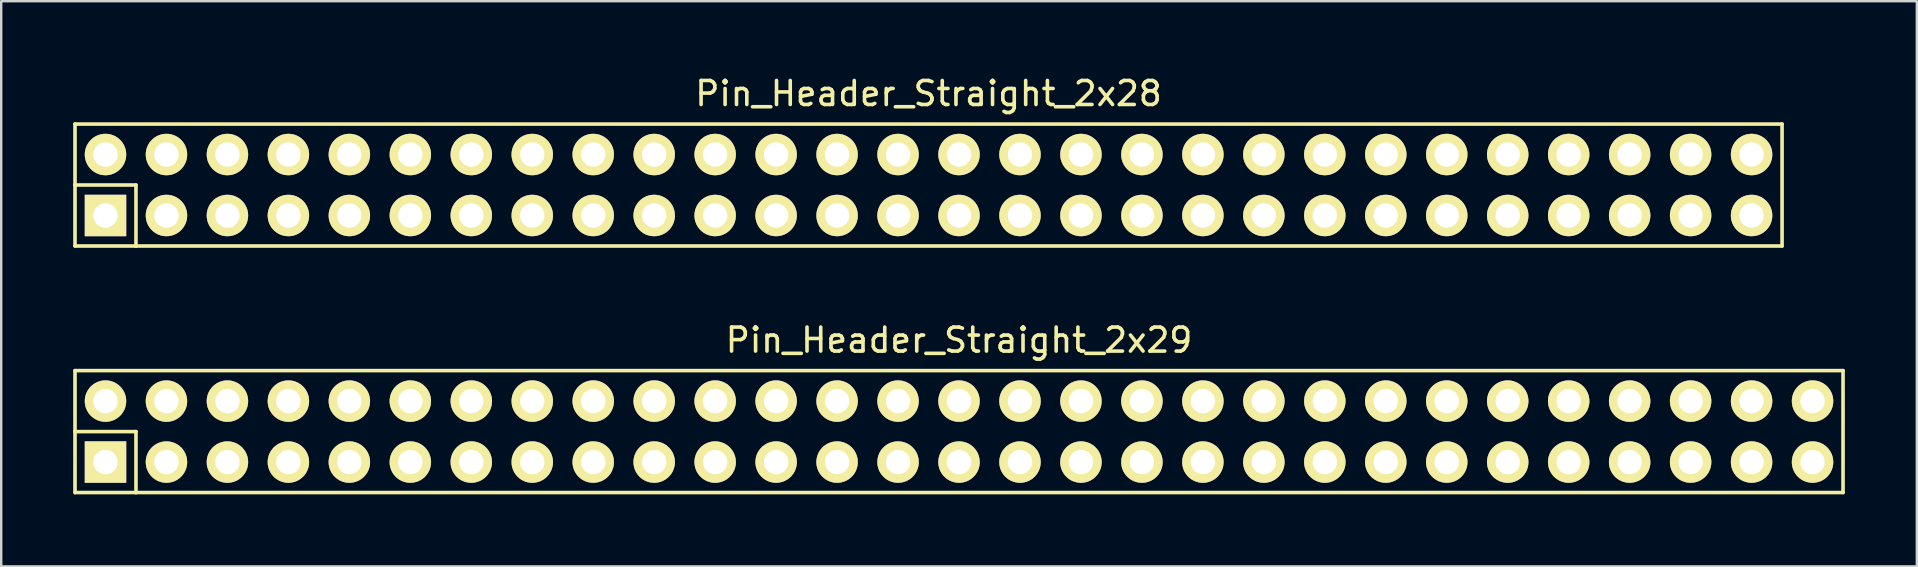
<source format=kicad_pcb>
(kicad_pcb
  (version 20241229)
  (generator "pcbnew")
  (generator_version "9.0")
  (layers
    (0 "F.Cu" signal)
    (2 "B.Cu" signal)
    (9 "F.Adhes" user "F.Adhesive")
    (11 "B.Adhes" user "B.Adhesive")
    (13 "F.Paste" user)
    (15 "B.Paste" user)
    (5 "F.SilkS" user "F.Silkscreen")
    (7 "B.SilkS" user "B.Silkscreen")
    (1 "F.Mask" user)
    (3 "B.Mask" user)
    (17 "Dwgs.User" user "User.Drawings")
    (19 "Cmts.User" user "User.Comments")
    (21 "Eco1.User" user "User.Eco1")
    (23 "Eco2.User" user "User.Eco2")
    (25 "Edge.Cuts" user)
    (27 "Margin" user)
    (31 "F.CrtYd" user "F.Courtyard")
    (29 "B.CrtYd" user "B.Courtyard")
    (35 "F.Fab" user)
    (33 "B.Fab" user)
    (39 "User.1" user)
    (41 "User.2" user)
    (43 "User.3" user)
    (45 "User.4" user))
  (footprint "Pin_Header_Straight_2x29"
    (layer "F.Cu")
    (at 36.905 14.931)
    (property "Reference" "Pin_Header_Straight_2x29" (at 0 -3.81 0) (layer "F.SilkS") (effects (font (size 1 1) (thickness 0.15))))
    (attr through_hole)
    (fp_line (start -36.83 -2.54) (end -36.83 0) (stroke (width 0.15) (type solid)) (layer "F.SilkS"))
    (fp_line (start -36.83 0) (end -34.29 0) (stroke (width 0.15) (type solid)) (layer "F.SilkS"))
    (fp_line (start -36.83 2.54) (end -36.83 0) (stroke (width 0.15) (type solid)) (layer "F.SilkS"))
    (fp_line (start -36.83 2.54) (end -34.29 2.54) (stroke (width 0.15) (type solid)) (layer "F.SilkS"))
    (fp_line (start -34.29 0) (end -34.29 2.54) (stroke (width 0.15) (type solid)) (layer "F.SilkS"))
    (fp_line (start -34.29 2.54) (end 36.83 2.54) (stroke (width 0.15) (type solid)) (layer "F.SilkS"))
    (fp_line (start 36.83 -2.54) (end -36.83 -2.54) (stroke (width 0.15) (type solid)) (layer "F.SilkS"))
    (fp_line (start 36.83 -2.54) (end 36.83 2.54) (stroke (width 0.15) (type solid)) (layer "F.SilkS"))
    (pad "1" thru_hole rect (at -35.56 1.27) (size 1.727 1.727) (drill 1.016) (layers "*.Cu" "*.Mask" "F.SilkS"))
    (pad "2" thru_hole oval (at -35.56 -1.27) (size 1.727 1.727) (drill 1.016) (layers "*.Cu" "*.Mask" "F.SilkS"))
    (pad "3" thru_hole oval (at -33.02 1.27) (size 1.727 1.727) (drill 1.016) (layers "*.Cu" "*.Mask" "F.SilkS"))
    (pad "4" thru_hole oval (at -33.02 -1.27) (size 1.727 1.727) (drill 1.016) (layers "*.Cu" "*.Mask" "F.SilkS"))
    (pad "5" thru_hole oval (at -30.48 1.27) (size 1.727 1.727) (drill 1.016) (layers "*.Cu" "*.Mask" "F.SilkS"))
    (pad "6" thru_hole oval (at -30.48 -1.27) (size 1.727 1.727) (drill 1.016) (layers "*.Cu" "*.Mask" "F.SilkS"))
    (pad "7" thru_hole oval (at -27.94 1.27) (size 1.727 1.727) (drill 1.016) (layers "*.Cu" "*.Mask" "F.SilkS"))
    (pad "8" thru_hole oval (at -27.94 -1.27) (size 1.727 1.727) (drill 1.016) (layers "*.Cu" "*.Mask" "F.SilkS"))
    (pad "9" thru_hole oval (at -25.4 1.27) (size 1.727 1.727) (drill 1.016) (layers "*.Cu" "*.Mask" "F.SilkS"))
    (pad "10" thru_hole oval (at -25.4 -1.27) (size 1.727 1.727) (drill 1.016) (layers "*.Cu" "*.Mask" "F.SilkS"))
    (pad "11" thru_hole oval (at -22.86 1.27) (size 1.727 1.727) (drill 1.016) (layers "*.Cu" "*.Mask" "F.SilkS"))
    (pad "12" thru_hole oval (at -22.86 -1.27) (size 1.727 1.727) (drill 1.016) (layers "*.Cu" "*.Mask" "F.SilkS"))
    (pad "13" thru_hole oval (at -20.32 1.27) (size 1.727 1.727) (drill 1.016) (layers "*.Cu" "*.Mask" "F.SilkS"))
    (pad "14" thru_hole oval (at -20.32 -1.27) (size 1.727 1.727) (drill 1.016) (layers "*.Cu" "*.Mask" "F.SilkS"))
    (pad "15" thru_hole oval (at -17.78 1.27) (size 1.727 1.727) (drill 1.016) (layers "*.Cu" "*.Mask" "F.SilkS"))
    (pad "16" thru_hole oval (at -17.78 -1.27) (size 1.727 1.727) (drill 1.016) (layers "*.Cu" "*.Mask" "F.SilkS"))
    (pad "17" thru_hole oval (at -15.24 1.27) (size 1.727 1.727) (drill 1.016) (layers "*.Cu" "*.Mask" "F.SilkS"))
    (pad "18" thru_hole oval (at -15.24 -1.27) (size 1.727 1.727) (drill 1.016) (layers "*.Cu" "*.Mask" "F.SilkS"))
    (pad "19" thru_hole oval (at -12.7 1.27) (size 1.727 1.727) (drill 1.016) (layers "*.Cu" "*.Mask" "F.SilkS"))
    (pad "20" thru_hole oval (at -12.7 -1.27) (size 1.727 1.727) (drill 1.016) (layers "*.Cu" "*.Mask" "F.SilkS"))
    (pad "21" thru_hole oval (at -10.16 1.27) (size 1.727 1.727) (drill 1.016) (layers "*.Cu" "*.Mask" "F.SilkS"))
    (pad "22" thru_hole oval (at -10.16 -1.27) (size 1.727 1.727) (drill 1.016) (layers "*.Cu" "*.Mask" "F.SilkS"))
    (pad "23" thru_hole oval (at -7.62 1.27) (size 1.727 1.727) (drill 1.016) (layers "*.Cu" "*.Mask" "F.SilkS"))
    (pad "24" thru_hole oval (at -7.62 -1.27) (size 1.727 1.727) (drill 1.016) (layers "*.Cu" "*.Mask" "F.SilkS"))
    (pad "25" thru_hole oval (at -5.08 1.27) (size 1.727 1.727) (drill 1.016) (layers "*.Cu" "*.Mask" "F.SilkS"))
    (pad "26" thru_hole oval (at -5.08 -1.27) (size 1.727 1.727) (drill 1.016) (layers "*.Cu" "*.Mask" "F.SilkS"))
    (pad "27" thru_hole oval (at -2.54 1.27) (size 1.727 1.727) (drill 1.016) (layers "*.Cu" "*.Mask" "F.SilkS"))
    (pad "28" thru_hole oval (at -2.54 -1.27) (size 1.727 1.727) (drill 1.016) (layers "*.Cu" "*.Mask" "F.SilkS"))
    (pad "29" thru_hole oval (at 0 1.27) (size 1.727 1.727) (drill 1.016) (layers "*.Cu" "*.Mask" "F.SilkS"))
    (pad "30" thru_hole oval (at 0 -1.27) (size 1.727 1.727) (drill 1.016) (layers "*.Cu" "*.Mask" "F.SilkS"))
    (pad "31" thru_hole oval (at 2.54 1.27) (size 1.727 1.727) (drill 1.016) (layers "*.Cu" "*.Mask" "F.SilkS"))
    (pad "32" thru_hole oval (at 2.54 -1.27) (size 1.727 1.727) (drill 1.016) (layers "*.Cu" "*.Mask" "F.SilkS"))
    (pad "33" thru_hole oval (at 5.08 1.27) (size 1.727 1.727) (drill 1.016) (layers "*.Cu" "*.Mask" "F.SilkS"))
    (pad "34" thru_hole oval (at 5.08 -1.27) (size 1.727 1.727) (drill 1.016) (layers "*.Cu" "*.Mask" "F.SilkS"))
    (pad "35" thru_hole oval (at 7.62 1.27) (size 1.727 1.727) (drill 1.016) (layers "*.Cu" "*.Mask" "F.SilkS"))
    (pad "36" thru_hole oval (at 7.62 -1.27) (size 1.727 1.727) (drill 1.016) (layers "*.Cu" "*.Mask" "F.SilkS"))
    (pad "37" thru_hole oval (at 10.16 1.27) (size 1.727 1.727) (drill 1.016) (layers "*.Cu" "*.Mask" "F.SilkS"))
    (pad "38" thru_hole oval (at 10.16 -1.27) (size 1.727 1.727) (drill 1.016) (layers "*.Cu" "*.Mask" "F.SilkS"))
    (pad "39" thru_hole oval (at 12.7 1.27) (size 1.727 1.727) (drill 1.016) (layers "*.Cu" "*.Mask" "F.SilkS"))
    (pad "40" thru_hole oval (at 12.7 -1.27) (size 1.727 1.727) (drill 1.016) (layers "*.Cu" "*.Mask" "F.SilkS"))
    (pad "41" thru_hole oval (at 15.24 1.27) (size 1.727 1.727) (drill 1.016) (layers "*.Cu" "*.Mask" "F.SilkS"))
    (pad "42" thru_hole oval (at 15.24 -1.27) (size 1.727 1.727) (drill 1.016) (layers "*.Cu" "*.Mask" "F.SilkS"))
    (pad "43" thru_hole oval (at 17.78 1.27) (size 1.727 1.727) (drill 1.016) (layers "*.Cu" "*.Mask" "F.SilkS"))
    (pad "44" thru_hole oval (at 17.78 -1.27) (size 1.727 1.727) (drill 1.016) (layers "*.Cu" "*.Mask" "F.SilkS"))
    (pad "45" thru_hole oval (at 20.32 1.27) (size 1.727 1.727) (drill 1.016) (layers "*.Cu" "*.Mask" "F.SilkS"))
    (pad "46" thru_hole oval (at 20.32 -1.27) (size 1.727 1.727) (drill 1.016) (layers "*.Cu" "*.Mask" "F.SilkS"))
    (pad "47" thru_hole oval (at 22.86 1.27) (size 1.727 1.727) (drill 1.016) (layers "*.Cu" "*.Mask" "F.SilkS"))
    (pad "48" thru_hole oval (at 22.86 -1.27) (size 1.727 1.727) (drill 1.016) (layers "*.Cu" "*.Mask" "F.SilkS"))
    (pad "49" thru_hole oval (at 25.4 1.27) (size 1.727 1.727) (drill 1.016) (layers "*.Cu" "*.Mask" "F.SilkS"))
    (pad "50" thru_hole oval (at 25.4 -1.27) (size 1.727 1.727) (drill 1.016) (layers "*.Cu" "*.Mask" "F.SilkS"))
    (pad "51" thru_hole oval (at 27.94 1.27) (size 1.727 1.727) (drill 1.016) (layers "*.Cu" "*.Mask" "F.SilkS"))
    (pad "52" thru_hole oval (at 27.94 -1.27) (size 1.727 1.727) (drill 1.016) (layers "*.Cu" "*.Mask" "F.SilkS"))
    (pad "53" thru_hole oval (at 30.48 1.27) (size 1.727 1.727) (drill 1.016) (layers "*.Cu" "*.Mask" "F.SilkS"))
    (pad "54" thru_hole oval (at 30.48 -1.27) (size 1.727 1.727) (drill 1.016) (layers "*.Cu" "*.Mask" "F.SilkS"))
    (pad "55" thru_hole oval (at 33.02 1.27) (size 1.727 1.727) (drill 1.016) (layers "*.Cu" "*.Mask" "F.SilkS"))
    (pad "56" thru_hole oval (at 33.02 -1.27) (size 1.727 1.727) (drill 1.016) (layers "*.Cu" "*.Mask" "F.SilkS"))
    (pad "57" thru_hole oval (at 35.56 1.27) (size 1.727 1.727) (drill 1.016) (layers "*.Cu" "*.Mask" "F.SilkS"))
    (pad "58" thru_hole oval (at 35.56 -1.27) (size 1.727 1.727) (drill 1.016) (layers "*.Cu" "*.Mask" "F.SilkS")))
  (footprint "Pin_Header_Straight_2x28"
    (layer "F.Cu")
    (at 35.635 4.658)
    (property "Reference" "Pin_Header_Straight_2x28" (at 0 -3.81 0) (layer "F.SilkS") (effects (font (size 1 1) (thickness 0.15))))
    (attr through_hole)
    (fp_line (start -35.56 -2.54) (end -35.56 0) (stroke (width 0.15) (type solid)) (layer "F.SilkS"))
    (fp_line (start -35.56 -2.54) (end 35.56 -2.54) (stroke (width 0.15) (type solid)) (layer "F.SilkS"))
    (fp_line (start -35.56 0) (end -33.02 0) (stroke (width 0.15) (type solid)) (layer "F.SilkS"))
    (fp_line (start -35.56 2.54) (end -35.56 0) (stroke (width 0.15) (type solid)) (layer "F.SilkS"))
    (fp_line (start -35.56 2.54) (end -33.02 2.54) (stroke (width 0.15) (type solid)) (layer "F.SilkS"))
    (fp_line (start -33.02 0) (end -33.02 2.54) (stroke (width 0.15) (type solid)) (layer "F.SilkS"))
    (fp_line (start -33.02 2.54) (end 35.56 2.54) (stroke (width 0.15) (type solid)) (layer "F.SilkS"))
    (fp_line (start 35.56 -2.54) (end 35.56 2.54) (stroke (width 0.15) (type solid)) (layer "F.SilkS"))
    (pad "1" thru_hole rect (at -34.29 1.27) (size 1.727 1.727) (drill 1.016) (layers "*.Cu" "*.Mask" "F.SilkS"))
    (pad "2" thru_hole oval (at -34.29 -1.27) (size 1.727 1.727) (drill 1.016) (layers "*.Cu" "*.Mask" "F.SilkS"))
    (pad "3" thru_hole oval (at -31.75 1.27) (size 1.727 1.727) (drill 1.016) (layers "*.Cu" "*.Mask" "F.SilkS"))
    (pad "4" thru_hole oval (at -31.75 -1.27) (size 1.727 1.727) (drill 1.016) (layers "*.Cu" "*.Mask" "F.SilkS"))
    (pad "5" thru_hole oval (at -29.21 1.27) (size 1.727 1.727) (drill 1.016) (layers "*.Cu" "*.Mask" "F.SilkS"))
    (pad "6" thru_hole oval (at -29.21 -1.27) (size 1.727 1.727) (drill 1.016) (layers "*.Cu" "*.Mask" "F.SilkS"))
    (pad "7" thru_hole oval (at -26.67 1.27) (size 1.727 1.727) (drill 1.016) (layers "*.Cu" "*.Mask" "F.SilkS"))
    (pad "8" thru_hole oval (at -26.67 -1.27) (size 1.727 1.727) (drill 1.016) (layers "*.Cu" "*.Mask" "F.SilkS"))
    (pad "9" thru_hole oval (at -24.13 1.27) (size 1.727 1.727) (drill 1.016) (layers "*.Cu" "*.Mask" "F.SilkS"))
    (pad "10" thru_hole oval (at -24.13 -1.27) (size 1.727 1.727) (drill 1.016) (layers "*.Cu" "*.Mask" "F.SilkS"))
    (pad "11" thru_hole oval (at -21.59 1.27) (size 1.727 1.727) (drill 1.016) (layers "*.Cu" "*.Mask" "F.SilkS"))
    (pad "12" thru_hole oval (at -21.59 -1.27) (size 1.727 1.727) (drill 1.016) (layers "*.Cu" "*.Mask" "F.SilkS"))
    (pad "13" thru_hole oval (at -19.05 1.27) (size 1.727 1.727) (drill 1.016) (layers "*.Cu" "*.Mask" "F.SilkS"))
    (pad "14" thru_hole oval (at -19.05 -1.27) (size 1.727 1.727) (drill 1.016) (layers "*.Cu" "*.Mask" "F.SilkS"))
    (pad "15" thru_hole oval (at -16.51 1.27) (size 1.727 1.727) (drill 1.016) (layers "*.Cu" "*.Mask" "F.SilkS"))
    (pad "16" thru_hole oval (at -16.51 -1.27) (size 1.727 1.727) (drill 1.016) (layers "*.Cu" "*.Mask" "F.SilkS"))
    (pad "17" thru_hole oval (at -13.97 1.27) (size 1.727 1.727) (drill 1.016) (layers "*.Cu" "*.Mask" "F.SilkS"))
    (pad "18" thru_hole oval (at -13.97 -1.27) (size 1.727 1.727) (drill 1.016) (layers "*.Cu" "*.Mask" "F.SilkS"))
    (pad "19" thru_hole oval (at -11.43 1.27) (size 1.727 1.727) (drill 1.016) (layers "*.Cu" "*.Mask" "F.SilkS"))
    (pad "20" thru_hole oval (at -11.43 -1.27) (size 1.727 1.727) (drill 1.016) (layers "*.Cu" "*.Mask" "F.SilkS"))
    (pad "21" thru_hole oval (at -8.89 1.27) (size 1.727 1.727) (drill 1.016) (layers "*.Cu" "*.Mask" "F.SilkS"))
    (pad "22" thru_hole oval (at -8.89 -1.27) (size 1.727 1.727) (drill 1.016) (layers "*.Cu" "*.Mask" "F.SilkS"))
    (pad "23" thru_hole oval (at -6.35 1.27) (size 1.727 1.727) (drill 1.016) (layers "*.Cu" "*.Mask" "F.SilkS"))
    (pad "24" thru_hole oval (at -6.35 -1.27) (size 1.727 1.727) (drill 1.016) (layers "*.Cu" "*.Mask" "F.SilkS"))
    (pad "25" thru_hole oval (at -3.81 1.27) (size 1.727 1.727) (drill 1.016) (layers "*.Cu" "*.Mask" "F.SilkS"))
    (pad "26" thru_hole oval (at -3.81 -1.27) (size 1.727 1.727) (drill 1.016) (layers "*.Cu" "*.Mask" "F.SilkS"))
    (pad "27" thru_hole oval (at -1.27 1.27) (size 1.727 1.727) (drill 1.016) (layers "*.Cu" "*.Mask" "F.SilkS"))
    (pad "28" thru_hole oval (at -1.27 -1.27) (size 1.727 1.727) (drill 1.016) (layers "*.Cu" "*.Mask" "F.SilkS"))
    (pad "29" thru_hole oval (at 1.27 1.27) (size 1.727 1.727) (drill 1.016) (layers "*.Cu" "*.Mask" "F.SilkS"))
    (pad "30" thru_hole oval (at 1.27 -1.27) (size 1.727 1.727) (drill 1.016) (layers "*.Cu" "*.Mask" "F.SilkS"))
    (pad "31" thru_hole oval (at 3.81 1.27) (size 1.727 1.727) (drill 1.016) (layers "*.Cu" "*.Mask" "F.SilkS"))
    (pad "32" thru_hole oval (at 3.81 -1.27) (size 1.727 1.727) (drill 1.016) (layers "*.Cu" "*.Mask" "F.SilkS"))
    (pad "33" thru_hole oval (at 6.35 1.27) (size 1.727 1.727) (drill 1.016) (layers "*.Cu" "*.Mask" "F.SilkS"))
    (pad "34" thru_hole oval (at 6.35 -1.27) (size 1.727 1.727) (drill 1.016) (layers "*.Cu" "*.Mask" "F.SilkS"))
    (pad "35" thru_hole oval (at 8.89 1.27) (size 1.727 1.727) (drill 1.016) (layers "*.Cu" "*.Mask" "F.SilkS"))
    (pad "36" thru_hole oval (at 8.89 -1.27) (size 1.727 1.727) (drill 1.016) (layers "*.Cu" "*.Mask" "F.SilkS"))
    (pad "37" thru_hole oval (at 11.43 1.27) (size 1.727 1.727) (drill 1.016) (layers "*.Cu" "*.Mask" "F.SilkS"))
    (pad "38" thru_hole oval (at 11.43 -1.27) (size 1.727 1.727) (drill 1.016) (layers "*.Cu" "*.Mask" "F.SilkS"))
    (pad "39" thru_hole oval (at 13.97 1.27) (size 1.727 1.727) (drill 1.016) (layers "*.Cu" "*.Mask" "F.SilkS"))
    (pad "40" thru_hole oval (at 13.97 -1.27) (size 1.727 1.727) (drill 1.016) (layers "*.Cu" "*.Mask" "F.SilkS"))
    (pad "41" thru_hole oval (at 16.51 1.27) (size 1.727 1.727) (drill 1.016) (layers "*.Cu" "*.Mask" "F.SilkS"))
    (pad "42" thru_hole oval (at 16.51 -1.27) (size 1.727 1.727) (drill 1.016) (layers "*.Cu" "*.Mask" "F.SilkS"))
    (pad "43" thru_hole oval (at 19.05 1.27) (size 1.727 1.727) (drill 1.016) (layers "*.Cu" "*.Mask" "F.SilkS"))
    (pad "44" thru_hole oval (at 19.05 -1.27) (size 1.727 1.727) (drill 1.016) (layers "*.Cu" "*.Mask" "F.SilkS"))
    (pad "45" thru_hole oval (at 21.59 1.27) (size 1.727 1.727) (drill 1.016) (layers "*.Cu" "*.Mask" "F.SilkS"))
    (pad "46" thru_hole oval (at 21.59 -1.27) (size 1.727 1.727) (drill 1.016) (layers "*.Cu" "*.Mask" "F.SilkS"))
    (pad "47" thru_hole oval (at 24.13 1.27) (size 1.727 1.727) (drill 1.016) (layers "*.Cu" "*.Mask" "F.SilkS"))
    (pad "48" thru_hole oval (at 24.13 -1.27) (size 1.727 1.727) (drill 1.016) (layers "*.Cu" "*.Mask" "F.SilkS"))
    (pad "49" thru_hole oval (at 26.67 1.27) (size 1.727 1.727) (drill 1.016) (layers "*.Cu" "*.Mask" "F.SilkS"))
    (pad "50" thru_hole oval (at 26.67 -1.27) (size 1.727 1.727) (drill 1.016) (layers "*.Cu" "*.Mask" "F.SilkS"))
    (pad "51" thru_hole oval (at 29.21 1.27) (size 1.727 1.727) (drill 1.016) (layers "*.Cu" "*.Mask" "F.SilkS"))
    (pad "52" thru_hole oval (at 29.21 -1.27) (size 1.727 1.727) (drill 1.016) (layers "*.Cu" "*.Mask" "F.SilkS"))
    (pad "53" thru_hole oval (at 31.75 1.27) (size 1.727 1.727) (drill 1.016) (layers "*.Cu" "*.Mask" "F.SilkS"))
    (pad "54" thru_hole oval (at 31.75 -1.27) (size 1.727 1.727) (drill 1.016) (layers "*.Cu" "*.Mask" "F.SilkS"))
    (pad "55" thru_hole oval (at 34.29 1.27) (size 1.727 1.727) (drill 1.016) (layers "*.Cu" "*.Mask" "F.SilkS"))
    (pad "56" thru_hole oval (at 34.29 -1.27) (size 1.727 1.727) (drill 1.016) (layers "*.Cu" "*.Mask" "F.SilkS")))
  (gr_rect
    (start -3 -3)
    (end 76.81 20.547)
    (stroke (width 0.1) (type default))
    (fill no)
    (layer "Edge.Cuts")))
</source>
